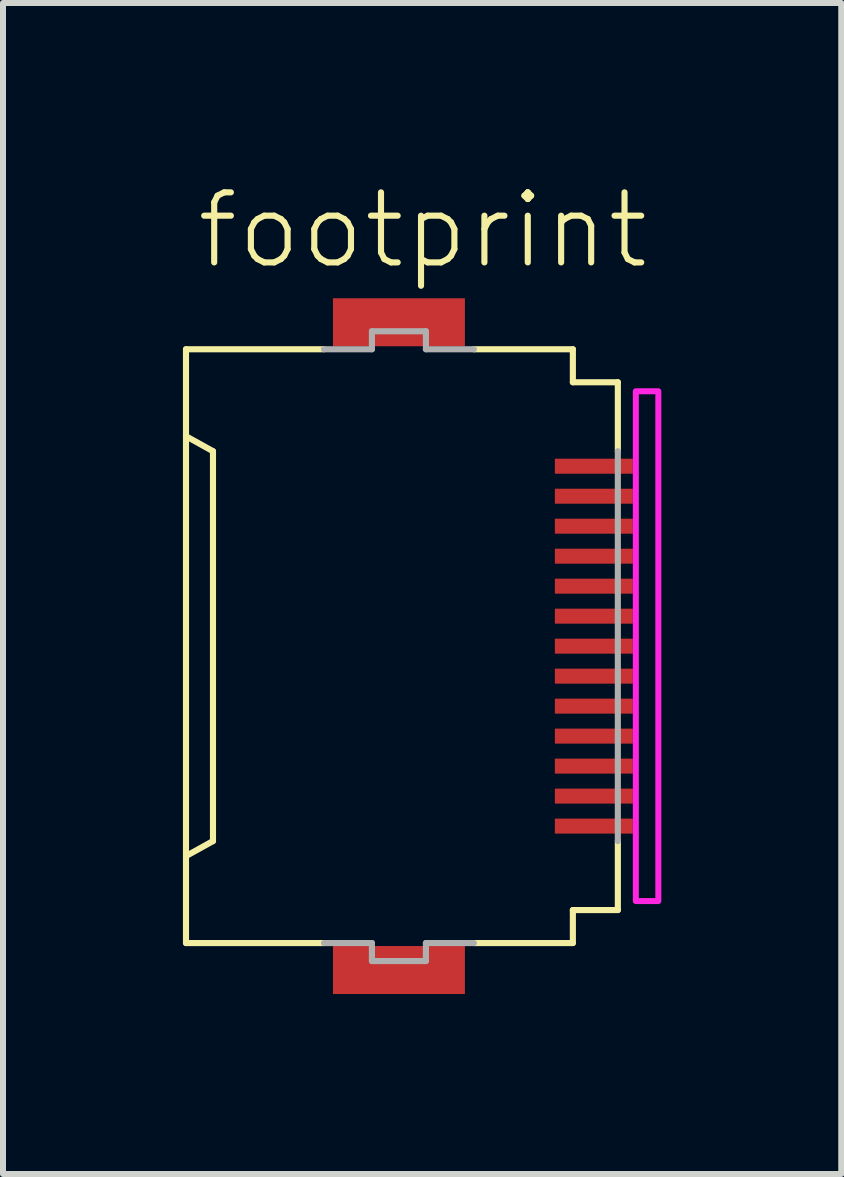
<source format=kicad_pcb>
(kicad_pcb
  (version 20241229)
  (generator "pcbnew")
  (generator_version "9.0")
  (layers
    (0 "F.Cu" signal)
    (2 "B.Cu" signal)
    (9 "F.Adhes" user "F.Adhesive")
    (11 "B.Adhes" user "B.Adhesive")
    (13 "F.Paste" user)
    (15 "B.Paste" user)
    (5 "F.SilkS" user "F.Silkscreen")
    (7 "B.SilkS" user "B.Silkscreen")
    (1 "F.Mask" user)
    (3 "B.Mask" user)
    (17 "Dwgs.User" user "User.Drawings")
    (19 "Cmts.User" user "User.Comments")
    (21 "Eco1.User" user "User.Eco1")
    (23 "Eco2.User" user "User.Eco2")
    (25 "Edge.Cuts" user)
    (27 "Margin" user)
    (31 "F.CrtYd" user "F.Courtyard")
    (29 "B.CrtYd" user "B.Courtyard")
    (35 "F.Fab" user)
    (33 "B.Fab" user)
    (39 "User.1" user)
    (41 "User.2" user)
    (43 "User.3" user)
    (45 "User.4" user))
  (footprint "footprint"
    (layer "F.Cu")
    (at 3.676 7.723)
    (property "Reference" "footprint" (at -3.5 -6.25 0) (layer "F.SilkS") (effects (font (size 1.168 1.168) (thickness 0.102)) (justify left bottom)))
    (fp_poly (pts (xy 2.475 -2.825) (xy 3.875 -2.825) (xy 3.875 -3.175) (xy 2.475 -3.175)) (stroke (width 0) (type solid)) (fill yes) (layer "F.Mask"))
    (fp_poly (pts (xy 2.475 -2.325) (xy 3.875 -2.325) (xy 3.875 -2.675) (xy 2.475 -2.675)) (stroke (width 0) (type solid)) (fill yes) (layer "F.Mask"))
    (fp_poly (pts (xy 2.475 -1.825) (xy 3.875 -1.825) (xy 3.875 -2.175) (xy 2.475 -2.175)) (stroke (width 0) (type solid)) (fill yes) (layer "F.Mask"))
    (fp_poly (pts (xy 2.475 -1.325) (xy 3.875 -1.325) (xy 3.875 -1.675) (xy 2.475 -1.675)) (stroke (width 0) (type solid)) (fill yes) (layer "F.Mask"))
    (fp_poly (pts (xy 2.475 -0.825) (xy 3.875 -0.825) (xy 3.875 -1.175) (xy 2.475 -1.175)) (stroke (width 0) (type solid)) (fill yes) (layer "F.Mask"))
    (fp_poly (pts (xy 2.475 -0.325) (xy 3.875 -0.325) (xy 3.875 -0.675) (xy 2.475 -0.675)) (stroke (width 0) (type solid)) (fill yes) (layer "F.Mask"))
    (fp_poly (pts (xy 2.475 0.175) (xy 3.875 0.175) (xy 3.875 -0.175) (xy 2.475 -0.175)) (stroke (width 0) (type solid)) (fill yes) (layer "F.Mask"))
    (fp_poly (pts (xy 2.475 0.675) (xy 3.875 0.675) (xy 3.875 0.325) (xy 2.475 0.325)) (stroke (width 0) (type solid)) (fill yes) (layer "F.Mask"))
    (fp_poly (pts (xy 2.475 1.175) (xy 3.875 1.175) (xy 3.875 0.825) (xy 2.475 0.825)) (stroke (width 0) (type solid)) (fill yes) (layer "F.Mask"))
    (fp_poly (pts (xy 2.475 1.675) (xy 3.875 1.675) (xy 3.875 1.325) (xy 2.475 1.325)) (stroke (width 0) (type solid)) (fill yes) (layer "F.Mask"))
    (fp_poly (pts (xy 2.475 2.175) (xy 3.875 2.175) (xy 3.875 1.825) (xy 2.475 1.825)) (stroke (width 0) (type solid)) (fill yes) (layer "F.Mask"))
    (fp_poly (pts (xy 2.475 2.675) (xy 3.875 2.675) (xy 3.875 2.325) (xy 2.475 2.325)) (stroke (width 0) (type solid)) (fill yes) (layer "F.Mask"))
    (fp_poly (pts (xy 2.475 3.175) (xy 3.875 3.175) (xy 3.875 2.825) (xy 2.475 2.825)) (stroke (width 0) (type solid)) (fill yes) (layer "F.Mask"))
    (fp_line (start -3.625 -4.95) (end -1.325 -4.95) (stroke (width 0.102) (type solid)) (layer "F.SilkS"))
    (fp_line (start -3.625 -3.5) (end -3.625 -4.95) (stroke (width 0.102) (type solid)) (layer "F.SilkS"))
    (fp_line (start -3.625 -3.5) (end -3.625 3.5) (stroke (width 0.102) (type solid)) (layer "F.SilkS"))
    (fp_line (start -3.625 3.5) (end -3.175 3.25) (stroke (width 0.102) (type solid)) (layer "F.SilkS"))
    (fp_line (start -3.625 4.95) (end -3.625 3.5) (stroke (width 0.102) (type solid)) (layer "F.SilkS"))
    (fp_line (start -3.175 -3.25) (end -3.625 -3.5) (stroke (width 0.102) (type solid)) (layer "F.SilkS"))
    (fp_line (start -3.175 3.25) (end -3.175 -3.25) (stroke (width 0.102) (type solid)) (layer "F.SilkS"))
    (fp_line (start -1.325 4.95) (end -3.625 4.95) (stroke (width 0.102) (type solid)) (layer "F.SilkS"))
    (fp_line (start 1.175 -4.95) (end 2.825 -4.95) (stroke (width 0.102) (type solid)) (layer "F.SilkS"))
    (fp_line (start 1.175 4.95) (end 2.825 4.95) (stroke (width 0.102) (type solid)) (layer "F.SilkS"))
    (fp_line (start 2.825 -4.95) (end 2.825 -4.4) (stroke (width 0.102) (type solid)) (layer "F.SilkS"))
    (fp_line (start 2.825 -4.4) (end 3.575 -4.4) (stroke (width 0.102) (type solid)) (layer "F.SilkS"))
    (fp_line (start 2.825 4.4) (end 2.825 4.95) (stroke (width 0.102) (type solid)) (layer "F.SilkS"))
    (fp_line (start 2.825 4.4) (end 3.575 4.4) (stroke (width 0.102) (type solid)) (layer "F.SilkS"))
    (fp_line (start 3.575 -4.4) (end 3.575 -3.25) (stroke (width 0.102) (type solid)) (layer "F.SilkS"))
    (fp_line (start 3.575 3.25) (end 3.575 4.4) (stroke (width 0.102) (type solid)) (layer "F.SilkS"))
    (fp_poly (pts (xy 3.875 4.25) (xy 4.25 4.25) (xy 4.25 -4.25) (xy 3.875 -4.25)) (stroke (width 0.1) (type solid)) (fill no) (layer "F.CrtYd"))
    (fp_line (start -1.325 -4.95) (end -0.525 -4.95) (stroke (width 0.102) (type solid)) (layer "F.Fab"))
    (fp_line (start -0.525 -5.25) (end 0.375 -5.25) (stroke (width 0.102) (type solid)) (layer "F.Fab"))
    (fp_line (start -0.525 -4.95) (end -0.525 -5.25) (stroke (width 0.102) (type solid)) (layer "F.Fab"))
    (fp_line (start -0.525 4.95) (end -1.325 4.95) (stroke (width 0.102) (type solid)) (layer "F.Fab"))
    (fp_line (start -0.525 5.25) (end -0.525 4.95) (stroke (width 0.102) (type solid)) (layer "F.Fab"))
    (fp_line (start 0.375 -5.25) (end 0.375 -4.95) (stroke (width 0.102) (type solid)) (layer "F.Fab"))
    (fp_line (start 0.375 -4.95) (end 1.175 -4.95) (stroke (width 0.102) (type solid)) (layer "F.Fab"))
    (fp_line (start 0.375 4.95) (end 0.375 5.25) (stroke (width 0.102) (type solid)) (layer "F.Fab"))
    (fp_line (start 0.375 5.25) (end -0.525 5.25) (stroke (width 0.102) (type solid)) (layer "F.Fab"))
    (fp_line (start 1.175 4.95) (end 0.375 4.95) (stroke (width 0.102) (type solid)) (layer "F.Fab"))
    (fp_line (start 3.575 -3.25) (end 3.575 3.25) (stroke (width 0.102) (type solid)) (layer "F.Fab"))
    (pad "1" smd rect (at 3.175 -3) (size 1.3 0.25) (layers "F.Cu" "F.Paste"))
    (pad "2" smd rect (at 3.175 -2.5) (size 1.3 0.25) (layers "F.Cu" "F.Paste"))
    (pad "3" smd rect (at 3.175 -2) (size 1.3 0.25) (layers "F.Cu" "F.Paste"))
    (pad "4" smd rect (at 3.175 -1.5) (size 1.3 0.25) (layers "F.Cu" "F.Paste"))
    (pad "5" smd rect (at 3.175 -1) (size 1.3 0.25) (layers "F.Cu" "F.Paste"))
    (pad "6" smd rect (at 3.175 -0.5) (size 1.3 0.25) (layers "F.Cu" "F.Paste"))
    (pad "7" smd rect (at 3.175 0) (size 1.3 0.25) (layers "F.Cu" "F.Paste"))
    (pad "8" smd rect (at 3.175 0.5) (size 1.3 0.25) (layers "F.Cu" "F.Paste"))
    (pad "9" smd rect (at 3.175 1) (size 1.3 0.25) (layers "F.Cu" "F.Paste"))
    (pad "10" smd rect (at 3.175 1.5) (size 1.3 0.25) (layers "F.Cu" "F.Paste"))
    (pad "11" smd rect (at 3.175 2) (size 1.3 0.25) (layers "F.Cu" "F.Paste"))
    (pad "12" smd rect (at 3.175 2.5) (size 1.3 0.25) (layers "F.Cu" "F.Paste"))
    (pad "13" smd rect (at 3.175 3) (size 1.3 0.25) (layers "F.Cu" "F.Paste"))
    (pad "M1" smd rect (at -0.075 -5.4) (size 2.2 0.8) (layers "F.Cu" "F.Mask" "F.Paste"))
    (pad "M2" smd rect (at -0.075 5.4) (size 2.2 0.8) (layers "F.Cu" "F.Mask" "F.Paste"))
    (zone (net_name "") (layers "F.Cu" "B.Cu") (hatch edge 0.508) (connect_pads) (min_thickness 0.254) (filled_areas_thickness no) (keepout (tracks allowed) (vias not_allowed) (pads allowed) (copperpour allowed) (footprints allowed)) (placement (enabled no)) (fill) (polygon (pts (xy 3.901 10.973) (xy 6.151 10.973) (xy 6.151 4.473) (xy 3.901 4.473)))))
  (gr_rect
    (start -3 -3)
    (end 10.976 16.523)
    (stroke (width 0.1) (type default))
    (fill no)
    (layer "Edge.Cuts")))
</source>
